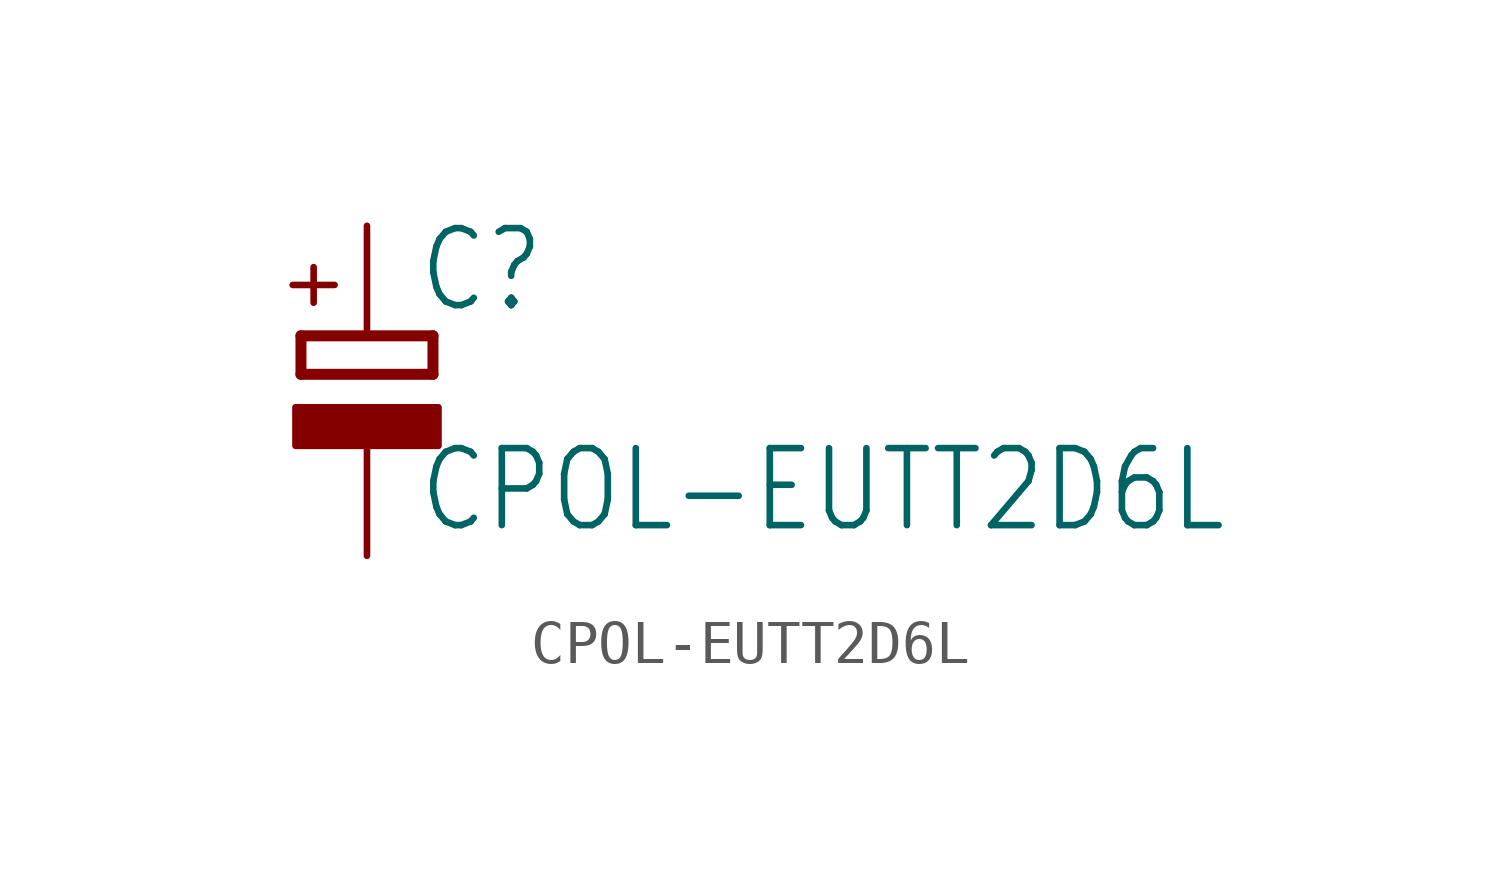
<source format=kicad_sym>
(kicad_symbol_lib
  (version 20220331)
  (generator kicad_symbol_editor)
  (symbol "CPOL-EUTT2D6L"
    (property "Reference" "C"
      (at 1.143 0.483 0)
      (effects (font (size 1.778 1.511)) (justify left bottom)))
    (property "Value" "CPOL-EUTT2D6L"
      (at 1.143 -4.597 0)
      (effects (font (size 1.778 1.511)) (justify left bottom)))
    (property "ki_locked" ""
      (at 0 0 0)
      (effects (font (size 1.27 1.27))))
    (symbol "CPOL-EUTT2D6L_1_0"
      (rectangle (start -1.651 -2.54) (end 1.651 -1.651) (stroke (width 0) (type default)) (fill (type outline)))
      (polyline (pts (xy -1.524 -0.889) (xy 1.524 -0.889)) (stroke (width 0.254) (type solid)) (fill (type none)))
      (polyline (pts (xy -1.524 0) (xy -1.524 -0.889)) (stroke (width 0.254) (type solid)) (fill (type none)))
      (polyline (pts (xy -1.524 0) (xy 1.524 0)) (stroke (width 0.254) (type solid)) (fill (type none)))
      (polyline (pts (xy 1.524 -0.889) (xy 1.524 0)) (stroke (width 0.254) (type solid)) (fill (type none)))
      (text "+" (at -0.584 0.406 900) (effects (font (size 1.27 1.079)) (justify left bottom)))
      (pin passive line (at 0 2.54 270) (length 2.54) (name "+" (effects (font (size 0 0)))) (number "+" (effects (font (size 0 0)))))
      (pin passive line (at 0 -5.08 90) (length 2.54) (name "-" (effects (font (size 0 0)))) (number "-" (effects (font (size 0 0))))))))
</source>
